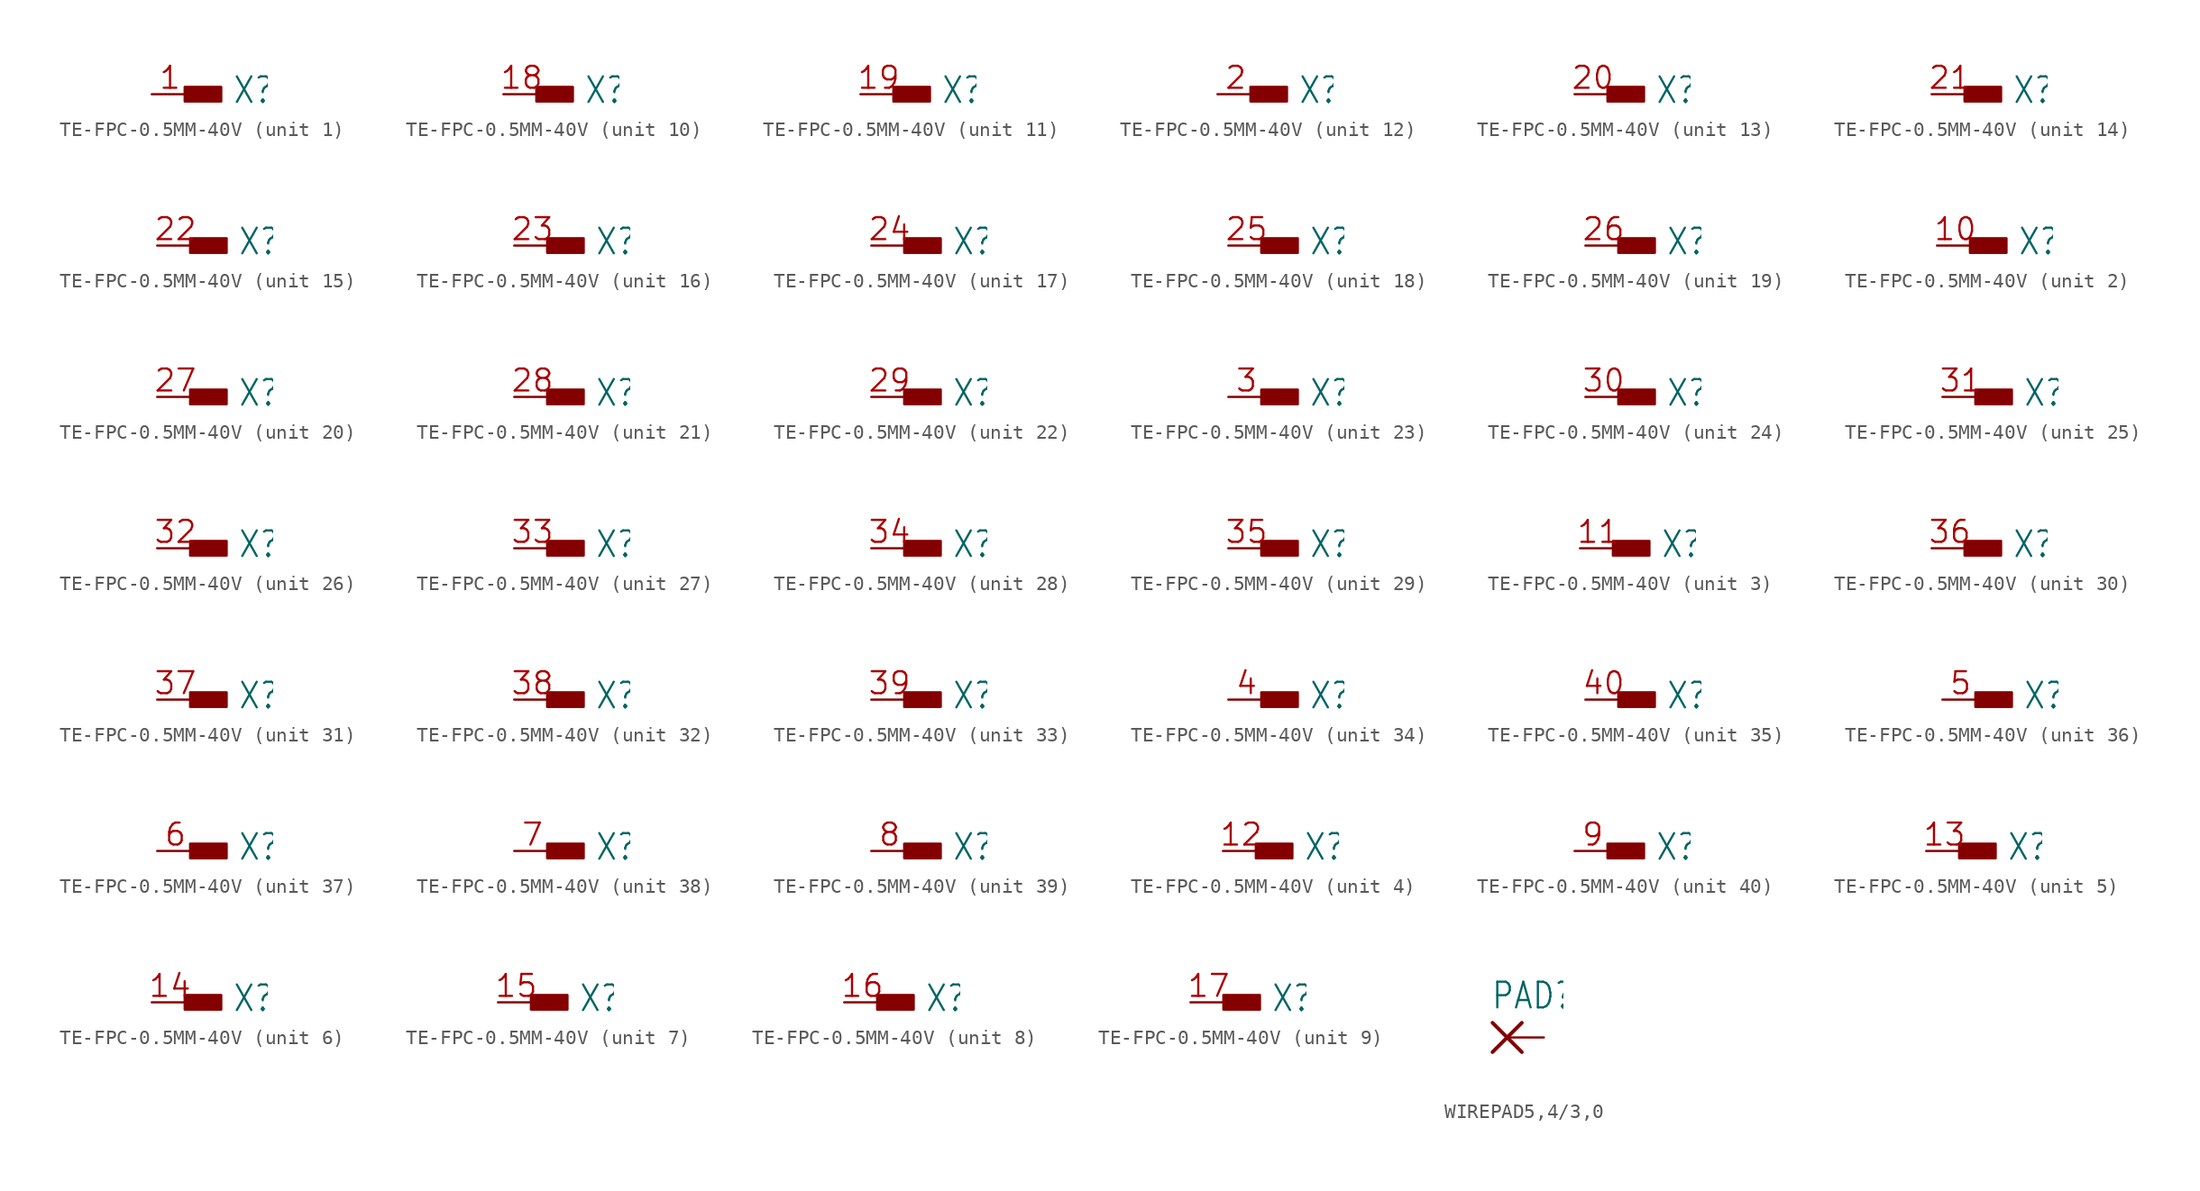
<source format=kicad_sym>
(kicad_symbol_lib
  (version 20241209)
  (generator "kicad_symbol_editor")
  (generator_version "9.0")
  (symbol "TE-FPC-0.5MM-40V"
    (property "Reference" "X"
      (at 5.588 -0.762 0)
      (effects (font (size 1.778 1.511)) (justify left bottom)))
    (property "ki_locked" ""
      (at 0 0 0)
      (effects (font (size 1.27 1.27))))
    (symbol "TE-FPC-0.5MM-40V_1_0"
      (rectangle (start 2.286 -0.508) (end 4.826 0.508) (stroke (width 0) (type default)) (fill (type outline)))
      (pin bidirectional line (at 0 0 0) (length 2.54) (name "-1" (effects (font (size 0 0)))) (number "1" (effects (font (size 1.524 1.524))))))
    (symbol "TE-FPC-0.5MM-40V_2_0"
      (rectangle (start 2.286 -0.508) (end 4.826 0.508) (stroke (width 0) (type default)) (fill (type outline)))
      (pin bidirectional line (at 0 0 0) (length 2.54) (name "-1" (effects (font (size 0 0)))) (number "10" (effects (font (size 1.524 1.524))))))
    (symbol "TE-FPC-0.5MM-40V_3_0"
      (rectangle (start 2.286 -0.508) (end 4.826 0.508) (stroke (width 0) (type default)) (fill (type outline)))
      (pin bidirectional line (at 0 0 0) (length 2.54) (name "-1" (effects (font (size 0 0)))) (number "11" (effects (font (size 1.524 1.524))))))
    (symbol "TE-FPC-0.5MM-40V_4_0"
      (rectangle (start 2.286 -0.508) (end 4.826 0.508) (stroke (width 0) (type default)) (fill (type outline)))
      (pin bidirectional line (at 0 0 0) (length 2.54) (name "-1" (effects (font (size 0 0)))) (number "12" (effects (font (size 1.524 1.524))))))
    (symbol "TE-FPC-0.5MM-40V_5_0"
      (rectangle (start 2.286 -0.508) (end 4.826 0.508) (stroke (width 0) (type default)) (fill (type outline)))
      (pin bidirectional line (at 0 0 0) (length 2.54) (name "-1" (effects (font (size 0 0)))) (number "13" (effects (font (size 1.524 1.524))))))
    (symbol "TE-FPC-0.5MM-40V_6_0"
      (rectangle (start 2.286 -0.508) (end 4.826 0.508) (stroke (width 0) (type default)) (fill (type outline)))
      (pin bidirectional line (at 0 0 0) (length 2.54) (name "-1" (effects (font (size 0 0)))) (number "14" (effects (font (size 1.524 1.524))))))
    (symbol "TE-FPC-0.5MM-40V_7_0"
      (rectangle (start 2.286 -0.508) (end 4.826 0.508) (stroke (width 0) (type default)) (fill (type outline)))
      (pin bidirectional line (at 0 0 0) (length 2.54) (name "-1" (effects (font (size 0 0)))) (number "15" (effects (font (size 1.524 1.524))))))
    (symbol "TE-FPC-0.5MM-40V_8_0"
      (rectangle (start 2.286 -0.508) (end 4.826 0.508) (stroke (width 0) (type default)) (fill (type outline)))
      (pin bidirectional line (at 0 0 0) (length 2.54) (name "-1" (effects (font (size 0 0)))) (number "16" (effects (font (size 1.524 1.524))))))
    (symbol "TE-FPC-0.5MM-40V_9_0"
      (rectangle (start 2.286 -0.508) (end 4.826 0.508) (stroke (width 0) (type default)) (fill (type outline)))
      (pin bidirectional line (at 0 0 0) (length 2.54) (name "-1" (effects (font (size 0 0)))) (number "17" (effects (font (size 1.524 1.524))))))
    (symbol "TE-FPC-0.5MM-40V_10_0"
      (rectangle (start 2.286 -0.508) (end 4.826 0.508) (stroke (width 0) (type default)) (fill (type outline)))
      (pin bidirectional line (at 0 0 0) (length 2.54) (name "-1" (effects (font (size 0 0)))) (number "18" (effects (font (size 1.524 1.524))))))
    (symbol "TE-FPC-0.5MM-40V_11_0"
      (rectangle (start 2.286 -0.508) (end 4.826 0.508) (stroke (width 0) (type default)) (fill (type outline)))
      (pin bidirectional line (at 0 0 0) (length 2.54) (name "-1" (effects (font (size 0 0)))) (number "19" (effects (font (size 1.524 1.524))))))
    (symbol "TE-FPC-0.5MM-40V_12_0"
      (rectangle (start 2.286 -0.508) (end 4.826 0.508) (stroke (width 0) (type default)) (fill (type outline)))
      (pin bidirectional line (at 0 0 0) (length 2.54) (name "-1" (effects (font (size 0 0)))) (number "2" (effects (font (size 1.524 1.524))))))
    (symbol "TE-FPC-0.5MM-40V_13_0"
      (rectangle (start 2.286 -0.508) (end 4.826 0.508) (stroke (width 0) (type default)) (fill (type outline)))
      (pin bidirectional line (at 0 0 0) (length 2.54) (name "-1" (effects (font (size 0 0)))) (number "20" (effects (font (size 1.524 1.524))))))
    (symbol "TE-FPC-0.5MM-40V_14_0"
      (rectangle (start 2.286 -0.508) (end 4.826 0.508) (stroke (width 0) (type default)) (fill (type outline)))
      (pin bidirectional line (at 0 0 0) (length 2.54) (name "-1" (effects (font (size 0 0)))) (number "21" (effects (font (size 1.524 1.524))))))
    (symbol "TE-FPC-0.5MM-40V_15_0"
      (rectangle (start 2.286 -0.508) (end 4.826 0.508) (stroke (width 0) (type default)) (fill (type outline)))
      (pin bidirectional line (at 0 0 0) (length 2.54) (name "-1" (effects (font (size 0 0)))) (number "22" (effects (font (size 1.524 1.524))))))
    (symbol "TE-FPC-0.5MM-40V_16_0"
      (rectangle (start 2.286 -0.508) (end 4.826 0.508) (stroke (width 0) (type default)) (fill (type outline)))
      (pin bidirectional line (at 0 0 0) (length 2.54) (name "-1" (effects (font (size 0 0)))) (number "23" (effects (font (size 1.524 1.524))))))
    (symbol "TE-FPC-0.5MM-40V_17_0"
      (rectangle (start 2.286 -0.508) (end 4.826 0.508) (stroke (width 0) (type default)) (fill (type outline)))
      (pin bidirectional line (at 0 0 0) (length 2.54) (name "-1" (effects (font (size 0 0)))) (number "24" (effects (font (size 1.524 1.524))))))
    (symbol "TE-FPC-0.5MM-40V_18_0"
      (rectangle (start 2.286 -0.508) (end 4.826 0.508) (stroke (width 0) (type default)) (fill (type outline)))
      (pin bidirectional line (at 0 0 0) (length 2.54) (name "-1" (effects (font (size 0 0)))) (number "25" (effects (font (size 1.524 1.524))))))
    (symbol "TE-FPC-0.5MM-40V_19_0"
      (rectangle (start 2.286 -0.508) (end 4.826 0.508) (stroke (width 0) (type default)) (fill (type outline)))
      (pin bidirectional line (at 0 0 0) (length 2.54) (name "-1" (effects (font (size 0 0)))) (number "26" (effects (font (size 1.524 1.524))))))
    (symbol "TE-FPC-0.5MM-40V_20_0"
      (rectangle (start 2.286 -0.508) (end 4.826 0.508) (stroke (width 0) (type default)) (fill (type outline)))
      (pin bidirectional line (at 0 0 0) (length 2.54) (name "-1" (effects (font (size 0 0)))) (number "27" (effects (font (size 1.524 1.524))))))
    (symbol "TE-FPC-0.5MM-40V_21_0"
      (rectangle (start 2.286 -0.508) (end 4.826 0.508) (stroke (width 0) (type default)) (fill (type outline)))
      (pin bidirectional line (at 0 0 0) (length 2.54) (name "-1" (effects (font (size 0 0)))) (number "28" (effects (font (size 1.524 1.524))))))
    (symbol "TE-FPC-0.5MM-40V_22_0"
      (rectangle (start 2.286 -0.508) (end 4.826 0.508) (stroke (width 0) (type default)) (fill (type outline)))
      (pin bidirectional line (at 0 0 0) (length 2.54) (name "-1" (effects (font (size 0 0)))) (number "29" (effects (font (size 1.524 1.524))))))
    (symbol "TE-FPC-0.5MM-40V_23_0"
      (rectangle (start 2.286 -0.508) (end 4.826 0.508) (stroke (width 0) (type default)) (fill (type outline)))
      (pin bidirectional line (at 0 0 0) (length 2.54) (name "-1" (effects (font (size 0 0)))) (number "3" (effects (font (size 1.524 1.524))))))
    (symbol "TE-FPC-0.5MM-40V_24_0"
      (rectangle (start 2.286 -0.508) (end 4.826 0.508) (stroke (width 0) (type default)) (fill (type outline)))
      (pin bidirectional line (at 0 0 0) (length 2.54) (name "-1" (effects (font (size 0 0)))) (number "30" (effects (font (size 1.524 1.524))))))
    (symbol "TE-FPC-0.5MM-40V_25_0"
      (rectangle (start 2.286 -0.508) (end 4.826 0.508) (stroke (width 0) (type default)) (fill (type outline)))
      (pin bidirectional line (at 0 0 0) (length 2.54) (name "-1" (effects (font (size 0 0)))) (number "31" (effects (font (size 1.524 1.524))))))
    (symbol "TE-FPC-0.5MM-40V_26_0"
      (rectangle (start 2.286 -0.508) (end 4.826 0.508) (stroke (width 0) (type default)) (fill (type outline)))
      (pin bidirectional line (at 0 0 0) (length 2.54) (name "-1" (effects (font (size 0 0)))) (number "32" (effects (font (size 1.524 1.524))))))
    (symbol "TE-FPC-0.5MM-40V_27_0"
      (rectangle (start 2.286 -0.508) (end 4.826 0.508) (stroke (width 0) (type default)) (fill (type outline)))
      (pin bidirectional line (at 0 0 0) (length 2.54) (name "-1" (effects (font (size 0 0)))) (number "33" (effects (font (size 1.524 1.524))))))
    (symbol "TE-FPC-0.5MM-40V_28_0"
      (rectangle (start 2.286 -0.508) (end 4.826 0.508) (stroke (width 0) (type default)) (fill (type outline)))
      (pin bidirectional line (at 0 0 0) (length 2.54) (name "-1" (effects (font (size 0 0)))) (number "34" (effects (font (size 1.524 1.524))))))
    (symbol "TE-FPC-0.5MM-40V_29_0"
      (rectangle (start 2.286 -0.508) (end 4.826 0.508) (stroke (width 0) (type default)) (fill (type outline)))
      (pin bidirectional line (at 0 0 0) (length 2.54) (name "-1" (effects (font (size 0 0)))) (number "35" (effects (font (size 1.524 1.524))))))
    (symbol "TE-FPC-0.5MM-40V_30_0"
      (rectangle (start 2.286 -0.508) (end 4.826 0.508) (stroke (width 0) (type default)) (fill (type outline)))
      (pin bidirectional line (at 0 0 0) (length 2.54) (name "-1" (effects (font (size 0 0)))) (number "36" (effects (font (size 1.524 1.524))))))
    (symbol "TE-FPC-0.5MM-40V_31_0"
      (rectangle (start 2.286 -0.508) (end 4.826 0.508) (stroke (width 0) (type default)) (fill (type outline)))
      (pin bidirectional line (at 0 0 0) (length 2.54) (name "-1" (effects (font (size 0 0)))) (number "37" (effects (font (size 1.524 1.524))))))
    (symbol "TE-FPC-0.5MM-40V_32_0"
      (rectangle (start 2.286 -0.508) (end 4.826 0.508) (stroke (width 0) (type default)) (fill (type outline)))
      (pin bidirectional line (at 0 0 0) (length 2.54) (name "-1" (effects (font (size 0 0)))) (number "38" (effects (font (size 1.524 1.524))))))
    (symbol "TE-FPC-0.5MM-40V_33_0"
      (rectangle (start 2.286 -0.508) (end 4.826 0.508) (stroke (width 0) (type default)) (fill (type outline)))
      (pin bidirectional line (at 0 0 0) (length 2.54) (name "-1" (effects (font (size 0 0)))) (number "39" (effects (font (size 1.524 1.524))))))
    (symbol "TE-FPC-0.5MM-40V_34_0"
      (rectangle (start 2.286 -0.508) (end 4.826 0.508) (stroke (width 0) (type default)) (fill (type outline)))
      (pin bidirectional line (at 0 0 0) (length 2.54) (name "-1" (effects (font (size 0 0)))) (number "4" (effects (font (size 1.524 1.524))))))
    (symbol "TE-FPC-0.5MM-40V_35_0"
      (rectangle (start 2.286 -0.508) (end 4.826 0.508) (stroke (width 0) (type default)) (fill (type outline)))
      (pin bidirectional line (at 0 0 0) (length 2.54) (name "-1" (effects (font (size 0 0)))) (number "40" (effects (font (size 1.524 1.524))))))
    (symbol "TE-FPC-0.5MM-40V_36_0"
      (rectangle (start 2.286 -0.508) (end 4.826 0.508) (stroke (width 0) (type default)) (fill (type outline)))
      (pin bidirectional line (at 0 0 0) (length 2.54) (name "-1" (effects (font (size 0 0)))) (number "5" (effects (font (size 1.524 1.524))))))
    (symbol "TE-FPC-0.5MM-40V_37_0"
      (rectangle (start 2.286 -0.508) (end 4.826 0.508) (stroke (width 0) (type default)) (fill (type outline)))
      (pin bidirectional line (at 0 0 0) (length 2.54) (name "-1" (effects (font (size 0 0)))) (number "6" (effects (font (size 1.524 1.524))))))
    (symbol "TE-FPC-0.5MM-40V_38_0"
      (rectangle (start 2.286 -0.508) (end 4.826 0.508) (stroke (width 0) (type default)) (fill (type outline)))
      (pin bidirectional line (at 0 0 0) (length 2.54) (name "-1" (effects (font (size 0 0)))) (number "7" (effects (font (size 1.524 1.524))))))
    (symbol "TE-FPC-0.5MM-40V_39_0"
      (rectangle (start 2.286 -0.508) (end 4.826 0.508) (stroke (width 0) (type default)) (fill (type outline)))
      (pin bidirectional line (at 0 0 0) (length 2.54) (name "-1" (effects (font (size 0 0)))) (number "8" (effects (font (size 1.524 1.524))))))
    (symbol "TE-FPC-0.5MM-40V_40_0"
      (rectangle (start 2.286 -0.508) (end 4.826 0.508) (stroke (width 0) (type default)) (fill (type outline)))
      (pin bidirectional line (at 0 0 0) (length 2.54) (name "-1" (effects (font (size 0 0)))) (number "9" (effects (font (size 1.524 1.524)))))))
  (symbol "WIREPAD5,4/3,0"
    (property "Reference" "PAD"
      (at -1.143 1.854 0)
      (effects (font (size 1.778 1.511)) (justify left bottom)))
    (property "Value" ""
      (at -1.143 -3.302 0)
      (effects (font (size 1.778 1.511)) (justify left bottom)))
    (property "ki_locked" ""
      (at 0 0 0)
      (effects (font (size 1.27 1.27))))
    (symbol "WIREPAD5,4/3,0_1_0"
      (polyline (pts (xy -1.016 1.016) (xy 1.016 -1.016)) (stroke (width 0.254) (type solid)) (fill (type none)))
      (polyline (pts (xy -1.016 -1.016) (xy 1.016 1.016)) (stroke (width 0.254) (type solid)) (fill (type none)))
      (pin passive line (at 2.54 0 180) (length 2.54) (name "P" (effects (font (size 0 0)))) (number "1" (effects (font (size 0 0))))))))
</source>
